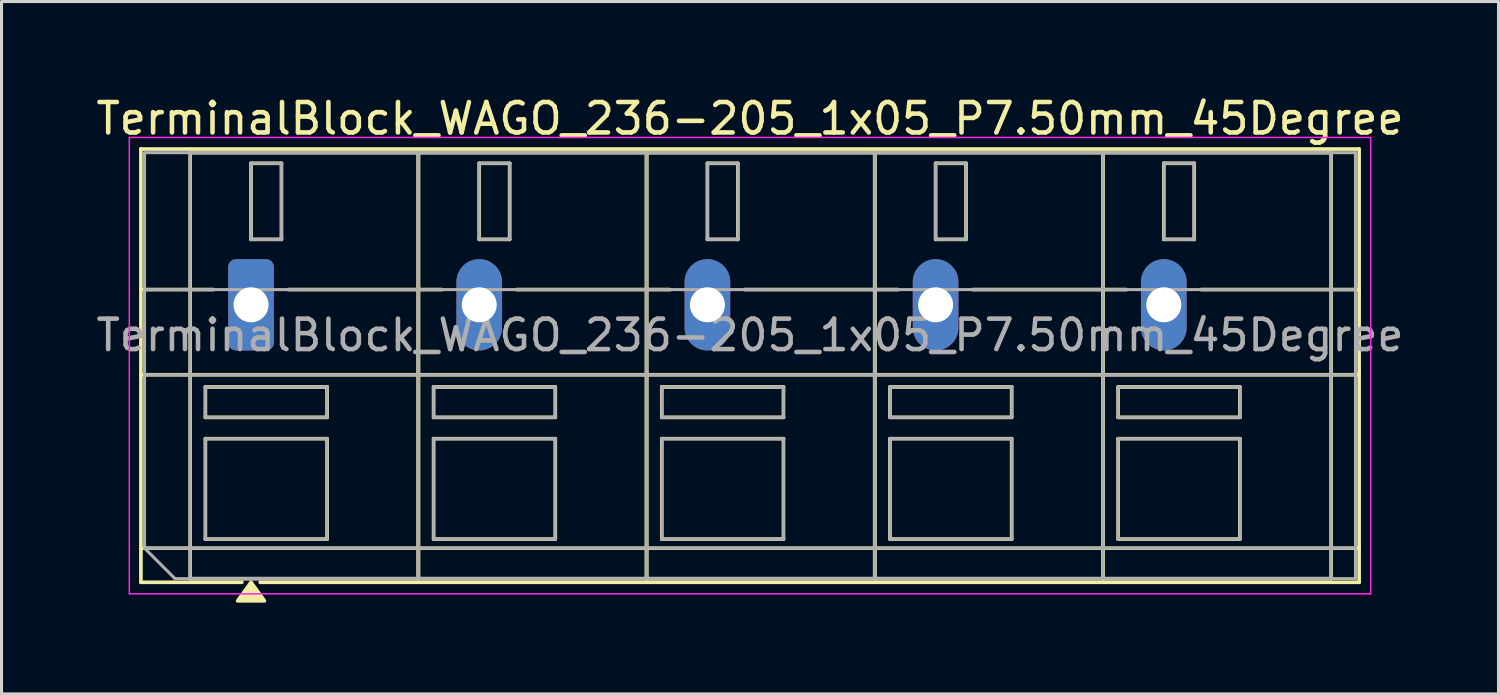
<source format=kicad_pcb>
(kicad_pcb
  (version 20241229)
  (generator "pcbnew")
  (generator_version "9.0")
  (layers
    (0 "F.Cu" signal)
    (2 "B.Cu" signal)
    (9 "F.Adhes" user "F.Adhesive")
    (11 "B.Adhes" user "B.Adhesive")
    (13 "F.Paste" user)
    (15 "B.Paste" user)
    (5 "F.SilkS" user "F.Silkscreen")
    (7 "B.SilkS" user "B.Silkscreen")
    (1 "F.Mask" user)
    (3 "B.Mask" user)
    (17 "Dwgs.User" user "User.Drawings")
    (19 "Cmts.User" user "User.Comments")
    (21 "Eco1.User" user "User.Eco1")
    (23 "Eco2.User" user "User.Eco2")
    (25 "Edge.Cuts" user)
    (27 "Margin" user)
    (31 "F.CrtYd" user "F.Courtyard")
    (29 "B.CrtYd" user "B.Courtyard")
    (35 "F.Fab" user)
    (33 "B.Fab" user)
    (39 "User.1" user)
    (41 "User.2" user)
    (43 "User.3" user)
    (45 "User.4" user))
  (footprint "TerminalBlock_WAGO_236-205_1x05_P7.50mm_45Degree"
    (layer "F.Cu")
    (at 5.201 6.968)
    (property "Reference" "TerminalBlock_WAGO_236-205_1x05_P7.50mm_45Degree" (at 16.4 -6.12 0) (layer "F.SilkS") (effects (font (size 1 1) (thickness 0.15))))
    (attr through_hole)
    (fp_line (start -3.62 -5.12) (end -3.62 9.12) (stroke (width 0.12) (type solid)) (layer "F.SilkS"))
    (fp_line (start -3.62 -5.12) (end 36.42 -5.12) (stroke (width 0.12) (type solid)) (layer "F.SilkS"))
    (fp_line (start -3.62 -0.5) (end -1.23 -0.5) (stroke (width 0.12) (type solid)) (layer "F.SilkS"))
    (fp_line (start -3.62 2.3) (end 36.42 2.3) (stroke (width 0.12) (type solid)) (layer "F.SilkS"))
    (fp_line (start -3.62 8) (end 36.42 8) (stroke (width 0.12) (type solid)) (layer "F.SilkS"))
    (fp_line (start -3.62 9.12) (end -0.3 9.12) (stroke (width 0.12) (type solid)) (layer "F.SilkS"))
    (fp_line (start -2 -5) (end -2 9) (stroke (width 0.12) (type solid)) (layer "F.SilkS"))
    (fp_line (start -2 -5) (end 5.5 -5) (stroke (width 0.12) (type solid)) (layer "F.SilkS"))
    (fp_line (start -2 9) (end 5.5 9) (stroke (width 0.12) (type solid)) (layer "F.SilkS"))
    (fp_line (start -1.5 2.7) (end -1.5 3.7) (stroke (width 0.12) (type solid)) (layer "F.SilkS"))
    (fp_line (start -1.5 2.7) (end 2.5 2.7) (stroke (width 0.12) (type solid)) (layer "F.SilkS"))
    (fp_line (start -1.5 3.7) (end 2.5 3.7) (stroke (width 0.12) (type solid)) (layer "F.SilkS"))
    (fp_line (start -1.5 4.4) (end -1.5 7.7) (stroke (width 0.12) (type solid)) (layer "F.SilkS"))
    (fp_line (start -1.5 4.4) (end 2.5 4.4) (stroke (width 0.12) (type solid)) (layer "F.SilkS"))
    (fp_line (start -1.5 7.7) (end 2.5 7.7) (stroke (width 0.12) (type solid)) (layer "F.SilkS"))
    (fp_line (start 0 -4.65) (end 0 -2.15) (stroke (width 0.12) (type solid)) (layer "F.SilkS"))
    (fp_line (start 0 -4.65) (end 1 -4.65) (stroke (width 0.12) (type solid)) (layer "F.SilkS"))
    (fp_line (start 0 -2.15) (end 1 -2.15) (stroke (width 0.12) (type solid)) (layer "F.SilkS"))
    (fp_line (start 0.3 9.12) (end 36.42 9.12) (stroke (width 0.12) (type solid)) (layer "F.SilkS"))
    (fp_line (start 1 -4.65) (end 1 -2.15) (stroke (width 0.12) (type solid)) (layer "F.SilkS"))
    (fp_line (start 1.23 -0.5) (end 6.27 -0.5) (stroke (width 0.12) (type solid)) (layer "F.SilkS"))
    (fp_line (start 2.5 2.7) (end 2.5 3.7) (stroke (width 0.12) (type solid)) (layer "F.SilkS"))
    (fp_line (start 2.5 4.4) (end 2.5 7.7) (stroke (width 0.12) (type solid)) (layer "F.SilkS"))
    (fp_line (start 5.5 -5) (end 5.5 9) (stroke (width 0.12) (type solid)) (layer "F.SilkS"))
    (fp_line (start 5.5 -5) (end 5.5 9) (stroke (width 0.12) (type solid)) (layer "F.SilkS"))
    (fp_line (start 5.5 -5) (end 13 -5) (stroke (width 0.12) (type solid)) (layer "F.SilkS"))
    (fp_line (start 5.5 9) (end 13 9) (stroke (width 0.12) (type solid)) (layer "F.SilkS"))
    (fp_line (start 6 2.7) (end 6 3.7) (stroke (width 0.12) (type solid)) (layer "F.SilkS"))
    (fp_line (start 6 2.7) (end 10 2.7) (stroke (width 0.12) (type solid)) (layer "F.SilkS"))
    (fp_line (start 6 3.7) (end 10 3.7) (stroke (width 0.12) (type solid)) (layer "F.SilkS"))
    (fp_line (start 6 4.4) (end 6 7.7) (stroke (width 0.12) (type solid)) (layer "F.SilkS"))
    (fp_line (start 6 4.4) (end 10 4.4) (stroke (width 0.12) (type solid)) (layer "F.SilkS"))
    (fp_line (start 6 7.7) (end 10 7.7) (stroke (width 0.12) (type solid)) (layer "F.SilkS"))
    (fp_line (start 7.5 -4.65) (end 7.5 -2.15) (stroke (width 0.12) (type solid)) (layer "F.SilkS"))
    (fp_line (start 7.5 -4.65) (end 8.5 -4.65) (stroke (width 0.12) (type solid)) (layer "F.SilkS"))
    (fp_line (start 7.5 -2.15) (end 8.5 -2.15) (stroke (width 0.12) (type solid)) (layer "F.SilkS"))
    (fp_line (start 8.5 -4.65) (end 8.5 -2.15) (stroke (width 0.12) (type solid)) (layer "F.SilkS"))
    (fp_line (start 8.73 -0.5) (end 13.77 -0.5) (stroke (width 0.12) (type solid)) (layer "F.SilkS"))
    (fp_line (start 10 2.7) (end 10 3.7) (stroke (width 0.12) (type solid)) (layer "F.SilkS"))
    (fp_line (start 10 4.4) (end 10 7.7) (stroke (width 0.12) (type solid)) (layer "F.SilkS"))
    (fp_line (start 13 -5) (end 13 9) (stroke (width 0.12) (type solid)) (layer "F.SilkS"))
    (fp_line (start 13 -5) (end 13 9) (stroke (width 0.12) (type solid)) (layer "F.SilkS"))
    (fp_line (start 13 -5) (end 20.5 -5) (stroke (width 0.12) (type solid)) (layer "F.SilkS"))
    (fp_line (start 13 9) (end 20.5 9) (stroke (width 0.12) (type solid)) (layer "F.SilkS"))
    (fp_line (start 13.5 2.7) (end 13.5 3.7) (stroke (width 0.12) (type solid)) (layer "F.SilkS"))
    (fp_line (start 13.5 2.7) (end 17.5 2.7) (stroke (width 0.12) (type solid)) (layer "F.SilkS"))
    (fp_line (start 13.5 3.7) (end 17.5 3.7) (stroke (width 0.12) (type solid)) (layer "F.SilkS"))
    (fp_line (start 13.5 4.4) (end 13.5 7.7) (stroke (width 0.12) (type solid)) (layer "F.SilkS"))
    (fp_line (start 13.5 4.4) (end 17.5 4.4) (stroke (width 0.12) (type solid)) (layer "F.SilkS"))
    (fp_line (start 13.5 7.7) (end 17.5 7.7) (stroke (width 0.12) (type solid)) (layer "F.SilkS"))
    (fp_line (start 15 -4.65) (end 15 -2.15) (stroke (width 0.12) (type solid)) (layer "F.SilkS"))
    (fp_line (start 15 -4.65) (end 16 -4.65) (stroke (width 0.12) (type solid)) (layer "F.SilkS"))
    (fp_line (start 15 -2.15) (end 16 -2.15) (stroke (width 0.12) (type solid)) (layer "F.SilkS"))
    (fp_line (start 16 -4.65) (end 16 -2.15) (stroke (width 0.12) (type solid)) (layer "F.SilkS"))
    (fp_line (start 16.23 -0.5) (end 21.27 -0.5) (stroke (width 0.12) (type solid)) (layer "F.SilkS"))
    (fp_line (start 17.5 2.7) (end 17.5 3.7) (stroke (width 0.12) (type solid)) (layer "F.SilkS"))
    (fp_line (start 17.5 4.4) (end 17.5 7.7) (stroke (width 0.12) (type solid)) (layer "F.SilkS"))
    (fp_line (start 20.5 -5) (end 20.5 9) (stroke (width 0.12) (type solid)) (layer "F.SilkS"))
    (fp_line (start 20.5 -5) (end 20.5 9) (stroke (width 0.12) (type solid)) (layer "F.SilkS"))
    (fp_line (start 20.5 -5) (end 28 -5) (stroke (width 0.12) (type solid)) (layer "F.SilkS"))
    (fp_line (start 20.5 9) (end 28 9) (stroke (width 0.12) (type solid)) (layer "F.SilkS"))
    (fp_line (start 21 2.7) (end 21 3.7) (stroke (width 0.12) (type solid)) (layer "F.SilkS"))
    (fp_line (start 21 2.7) (end 25 2.7) (stroke (width 0.12) (type solid)) (layer "F.SilkS"))
    (fp_line (start 21 3.7) (end 25 3.7) (stroke (width 0.12) (type solid)) (layer "F.SilkS"))
    (fp_line (start 21 4.4) (end 21 7.7) (stroke (width 0.12) (type solid)) (layer "F.SilkS"))
    (fp_line (start 21 4.4) (end 25 4.4) (stroke (width 0.12) (type solid)) (layer "F.SilkS"))
    (fp_line (start 21 7.7) (end 25 7.7) (stroke (width 0.12) (type solid)) (layer "F.SilkS"))
    (fp_line (start 22.5 -4.65) (end 22.5 -2.15) (stroke (width 0.12) (type solid)) (layer "F.SilkS"))
    (fp_line (start 22.5 -4.65) (end 23.5 -4.65) (stroke (width 0.12) (type solid)) (layer "F.SilkS"))
    (fp_line (start 22.5 -2.15) (end 23.5 -2.15) (stroke (width 0.12) (type solid)) (layer "F.SilkS"))
    (fp_line (start 23.5 -4.65) (end 23.5 -2.15) (stroke (width 0.12) (type solid)) (layer "F.SilkS"))
    (fp_line (start 23.73 -0.5) (end 28.77 -0.5) (stroke (width 0.12) (type solid)) (layer "F.SilkS"))
    (fp_line (start 25 2.7) (end 25 3.7) (stroke (width 0.12) (type solid)) (layer "F.SilkS"))
    (fp_line (start 25 4.4) (end 25 7.7) (stroke (width 0.12) (type solid)) (layer "F.SilkS"))
    (fp_line (start 28 -5) (end 28 9) (stroke (width 0.12) (type solid)) (layer "F.SilkS"))
    (fp_line (start 28 -5) (end 28 9) (stroke (width 0.12) (type solid)) (layer "F.SilkS"))
    (fp_line (start 28 -5) (end 35.5 -5) (stroke (width 0.12) (type solid)) (layer "F.SilkS"))
    (fp_line (start 28 9) (end 35.5 9) (stroke (width 0.12) (type solid)) (layer "F.SilkS"))
    (fp_line (start 28.5 2.7) (end 28.5 3.7) (stroke (width 0.12) (type solid)) (layer "F.SilkS"))
    (fp_line (start 28.5 2.7) (end 32.5 2.7) (stroke (width 0.12) (type solid)) (layer "F.SilkS"))
    (fp_line (start 28.5 3.7) (end 32.5 3.7) (stroke (width 0.12) (type solid)) (layer "F.SilkS"))
    (fp_line (start 28.5 4.4) (end 28.5 7.7) (stroke (width 0.12) (type solid)) (layer "F.SilkS"))
    (fp_line (start 28.5 4.4) (end 32.5 4.4) (stroke (width 0.12) (type solid)) (layer "F.SilkS"))
    (fp_line (start 28.5 7.7) (end 32.5 7.7) (stroke (width 0.12) (type solid)) (layer "F.SilkS"))
    (fp_line (start 30 -4.65) (end 30 -2.15) (stroke (width 0.12) (type solid)) (layer "F.SilkS"))
    (fp_line (start 30 -4.65) (end 31 -4.65) (stroke (width 0.12) (type solid)) (layer "F.SilkS"))
    (fp_line (start 30 -2.15) (end 31 -2.15) (stroke (width 0.12) (type solid)) (layer "F.SilkS"))
    (fp_line (start 31 -4.65) (end 31 -2.15) (stroke (width 0.12) (type solid)) (layer "F.SilkS"))
    (fp_line (start 31.23 -0.5) (end 36.42 -0.5) (stroke (width 0.12) (type solid)) (layer "F.SilkS"))
    (fp_line (start 32.5 2.7) (end 32.5 3.7) (stroke (width 0.12) (type solid)) (layer "F.SilkS"))
    (fp_line (start 32.5 4.4) (end 32.5 7.7) (stroke (width 0.12) (type solid)) (layer "F.SilkS"))
    (fp_line (start 35.5 -5) (end 35.5 9) (stroke (width 0.12) (type solid)) (layer "F.SilkS"))
    (fp_line (start 36.42 -5.12) (end 36.42 9.12) (stroke (width 0.12) (type solid)) (layer "F.SilkS"))
    (fp_poly (pts (xy 0 9.12) (xy 0.44 9.73) (xy -0.44 9.73)) (stroke (width 0.12) (type solid)) (fill yes) (layer "F.SilkS"))
    (fp_line (start -4 -5.5) (end -4 9.5) (stroke (width 0.05) (type solid)) (layer "F.CrtYd"))
    (fp_line (start -4 9.5) (end 36.8 9.5) (stroke (width 0.05) (type solid)) (layer "F.CrtYd"))
    (fp_line (start 36.8 -5.5) (end -4 -5.5) (stroke (width 0.05) (type solid)) (layer "F.CrtYd"))
    (fp_line (start 36.8 9.5) (end 36.8 -5.5) (stroke (width 0.05) (type solid)) (layer "F.CrtYd"))
    (fp_line (start -3.5 -5) (end 36.3 -5) (stroke (width 0.1) (type solid)) (layer "F.Fab"))
    (fp_line (start -3.5 -0.5) (end 36.3 -0.5) (stroke (width 0.1) (type solid)) (layer "F.Fab"))
    (fp_line (start -3.5 2.3) (end 36.3 2.3) (stroke (width 0.1) (type solid)) (layer "F.Fab"))
    (fp_line (start -3.5 8) (end -3.5 -5) (stroke (width 0.1) (type solid)) (layer "F.Fab"))
    (fp_line (start -3.5 8) (end 36.3 8) (stroke (width 0.1) (type solid)) (layer "F.Fab"))
    (fp_line (start -2.5 9) (end -3.5 8) (stroke (width 0.1) (type solid)) (layer "F.Fab"))
    (fp_line (start -2 -5) (end -2 9) (stroke (width 0.1) (type solid)) (layer "F.Fab"))
    (fp_line (start -2 9) (end 5.5 9) (stroke (width 0.1) (type solid)) (layer "F.Fab"))
    (fp_line (start -1.5 2.7) (end -1.5 3.7) (stroke (width 0.1) (type solid)) (layer "F.Fab"))
    (fp_line (start -1.5 3.7) (end 2.5 3.7) (stroke (width 0.1) (type solid)) (layer "F.Fab"))
    (fp_line (start -1.5 4.4) (end -1.5 7.7) (stroke (width 0.1) (type solid)) (layer "F.Fab"))
    (fp_line (start -1.5 7.7) (end 2.5 7.7) (stroke (width 0.1) (type solid)) (layer "F.Fab"))
    (fp_line (start 0 -4.65) (end 0 -2.15) (stroke (width 0.1) (type solid)) (layer "F.Fab"))
    (fp_line (start 0 -2.15) (end 1 -2.15) (stroke (width 0.1) (type solid)) (layer "F.Fab"))
    (fp_line (start 1 -4.65) (end 0 -4.65) (stroke (width 0.1) (type solid)) (layer "F.Fab"))
    (fp_line (start 1 -2.15) (end 1 -4.65) (stroke (width 0.1) (type solid)) (layer "F.Fab"))
    (fp_line (start 2.5 2.7) (end -1.5 2.7) (stroke (width 0.1) (type solid)) (layer "F.Fab"))
    (fp_line (start 2.5 3.7) (end 2.5 2.7) (stroke (width 0.1) (type solid)) (layer "F.Fab"))
    (fp_line (start 2.5 4.4) (end -1.5 4.4) (stroke (width 0.1) (type solid)) (layer "F.Fab"))
    (fp_line (start 2.5 7.7) (end 2.5 4.4) (stroke (width 0.1) (type solid)) (layer "F.Fab"))
    (fp_line (start 5.5 -5) (end -2 -5) (stroke (width 0.1) (type solid)) (layer "F.Fab"))
    (fp_line (start 5.5 -5) (end 5.5 9) (stroke (width 0.1) (type solid)) (layer "F.Fab"))
    (fp_line (start 5.5 9) (end 5.5 -5) (stroke (width 0.1) (type solid)) (layer "F.Fab"))
    (fp_line (start 5.5 9) (end 13 9) (stroke (width 0.1) (type solid)) (layer "F.Fab"))
    (fp_line (start 6 2.7) (end 6 3.7) (stroke (width 0.1) (type solid)) (layer "F.Fab"))
    (fp_line (start 6 3.7) (end 10 3.7) (stroke (width 0.1) (type solid)) (layer "F.Fab"))
    (fp_line (start 6 4.4) (end 6 7.7) (stroke (width 0.1) (type solid)) (layer "F.Fab"))
    (fp_line (start 6 7.7) (end 10 7.7) (stroke (width 0.1) (type solid)) (layer "F.Fab"))
    (fp_line (start 7.5 -4.65) (end 7.5 -2.15) (stroke (width 0.1) (type solid)) (layer "F.Fab"))
    (fp_line (start 7.5 -2.15) (end 8.5 -2.15) (stroke (width 0.1) (type solid)) (layer "F.Fab"))
    (fp_line (start 8.5 -4.65) (end 7.5 -4.65) (stroke (width 0.1) (type solid)) (layer "F.Fab"))
    (fp_line (start 8.5 -2.15) (end 8.5 -4.65) (stroke (width 0.1) (type solid)) (layer "F.Fab"))
    (fp_line (start 10 2.7) (end 6 2.7) (stroke (width 0.1) (type solid)) (layer "F.Fab"))
    (fp_line (start 10 3.7) (end 10 2.7) (stroke (width 0.1) (type solid)) (layer "F.Fab"))
    (fp_line (start 10 4.4) (end 6 4.4) (stroke (width 0.1) (type solid)) (layer "F.Fab"))
    (fp_line (start 10 7.7) (end 10 4.4) (stroke (width 0.1) (type solid)) (layer "F.Fab"))
    (fp_line (start 13 -5) (end 5.5 -5) (stroke (width 0.1) (type solid)) (layer "F.Fab"))
    (fp_line (start 13 -5) (end 13 9) (stroke (width 0.1) (type solid)) (layer "F.Fab"))
    (fp_line (start 13 9) (end 13 -5) (stroke (width 0.1) (type solid)) (layer "F.Fab"))
    (fp_line (start 13 9) (end 20.5 9) (stroke (width 0.1) (type solid)) (layer "F.Fab"))
    (fp_line (start 13.5 2.7) (end 13.5 3.7) (stroke (width 0.1) (type solid)) (layer "F.Fab"))
    (fp_line (start 13.5 3.7) (end 17.5 3.7) (stroke (width 0.1) (type solid)) (layer "F.Fab"))
    (fp_line (start 13.5 4.4) (end 13.5 7.7) (stroke (width 0.1) (type solid)) (layer "F.Fab"))
    (fp_line (start 13.5 7.7) (end 17.5 7.7) (stroke (width 0.1) (type solid)) (layer "F.Fab"))
    (fp_line (start 15 -4.65) (end 15 -2.15) (stroke (width 0.1) (type solid)) (layer "F.Fab"))
    (fp_line (start 15 -2.15) (end 16 -2.15) (stroke (width 0.1) (type solid)) (layer "F.Fab"))
    (fp_line (start 16 -4.65) (end 15 -4.65) (stroke (width 0.1) (type solid)) (layer "F.Fab"))
    (fp_line (start 16 -2.15) (end 16 -4.65) (stroke (width 0.1) (type solid)) (layer "F.Fab"))
    (fp_line (start 17.5 2.7) (end 13.5 2.7) (stroke (width 0.1) (type solid)) (layer "F.Fab"))
    (fp_line (start 17.5 3.7) (end 17.5 2.7) (stroke (width 0.1) (type solid)) (layer "F.Fab"))
    (fp_line (start 17.5 4.4) (end 13.5 4.4) (stroke (width 0.1) (type solid)) (layer "F.Fab"))
    (fp_line (start 17.5 7.7) (end 17.5 4.4) (stroke (width 0.1) (type solid)) (layer "F.Fab"))
    (fp_line (start 20.5 -5) (end 13 -5) (stroke (width 0.1) (type solid)) (layer "F.Fab"))
    (fp_line (start 20.5 -5) (end 20.5 9) (stroke (width 0.1) (type solid)) (layer "F.Fab"))
    (fp_line (start 20.5 9) (end 20.5 -5) (stroke (width 0.1) (type solid)) (layer "F.Fab"))
    (fp_line (start 20.5 9) (end 28 9) (stroke (width 0.1) (type solid)) (layer "F.Fab"))
    (fp_line (start 21 2.7) (end 21 3.7) (stroke (width 0.1) (type solid)) (layer "F.Fab"))
    (fp_line (start 21 3.7) (end 25 3.7) (stroke (width 0.1) (type solid)) (layer "F.Fab"))
    (fp_line (start 21 4.4) (end 21 7.7) (stroke (width 0.1) (type solid)) (layer "F.Fab"))
    (fp_line (start 21 7.7) (end 25 7.7) (stroke (width 0.1) (type solid)) (layer "F.Fab"))
    (fp_line (start 22.5 -4.65) (end 22.5 -2.15) (stroke (width 0.1) (type solid)) (layer "F.Fab"))
    (fp_line (start 22.5 -2.15) (end 23.5 -2.15) (stroke (width 0.1) (type solid)) (layer "F.Fab"))
    (fp_line (start 23.5 -4.65) (end 22.5 -4.65) (stroke (width 0.1) (type solid)) (layer "F.Fab"))
    (fp_line (start 23.5 -2.15) (end 23.5 -4.65) (stroke (width 0.1) (type solid)) (layer "F.Fab"))
    (fp_line (start 25 2.7) (end 21 2.7) (stroke (width 0.1) (type solid)) (layer "F.Fab"))
    (fp_line (start 25 3.7) (end 25 2.7) (stroke (width 0.1) (type solid)) (layer "F.Fab"))
    (fp_line (start 25 4.4) (end 21 4.4) (stroke (width 0.1) (type solid)) (layer "F.Fab"))
    (fp_line (start 25 7.7) (end 25 4.4) (stroke (width 0.1) (type solid)) (layer "F.Fab"))
    (fp_line (start 28 -5) (end 20.5 -5) (stroke (width 0.1) (type solid)) (layer "F.Fab"))
    (fp_line (start 28 -5) (end 28 9) (stroke (width 0.1) (type solid)) (layer "F.Fab"))
    (fp_line (start 28 9) (end 28 -5) (stroke (width 0.1) (type solid)) (layer "F.Fab"))
    (fp_line (start 28 9) (end 35.5 9) (stroke (width 0.1) (type solid)) (layer "F.Fab"))
    (fp_line (start 28.5 2.7) (end 28.5 3.7) (stroke (width 0.1) (type solid)) (layer "F.Fab"))
    (fp_line (start 28.5 3.7) (end 32.5 3.7) (stroke (width 0.1) (type solid)) (layer "F.Fab"))
    (fp_line (start 28.5 4.4) (end 28.5 7.7) (stroke (width 0.1) (type solid)) (layer "F.Fab"))
    (fp_line (start 28.5 7.7) (end 32.5 7.7) (stroke (width 0.1) (type solid)) (layer "F.Fab"))
    (fp_line (start 30 -4.65) (end 30 -2.15) (stroke (width 0.1) (type solid)) (layer "F.Fab"))
    (fp_line (start 30 -2.15) (end 31 -2.15) (stroke (width 0.1) (type solid)) (layer "F.Fab"))
    (fp_line (start 31 -4.65) (end 30 -4.65) (stroke (width 0.1) (type solid)) (layer "F.Fab"))
    (fp_line (start 31 -2.15) (end 31 -4.65) (stroke (width 0.1) (type solid)) (layer "F.Fab"))
    (fp_line (start 32.5 2.7) (end 28.5 2.7) (stroke (width 0.1) (type solid)) (layer "F.Fab"))
    (fp_line (start 32.5 3.7) (end 32.5 2.7) (stroke (width 0.1) (type solid)) (layer "F.Fab"))
    (fp_line (start 32.5 4.4) (end 28.5 4.4) (stroke (width 0.1) (type solid)) (layer "F.Fab"))
    (fp_line (start 32.5 7.7) (end 32.5 4.4) (stroke (width 0.1) (type solid)) (layer "F.Fab"))
    (fp_line (start 35.5 -5) (end 28 -5) (stroke (width 0.1) (type solid)) (layer "F.Fab"))
    (fp_line (start 35.5 9) (end 35.5 -5) (stroke (width 0.1) (type solid)) (layer "F.Fab"))
    (fp_line (start 36.3 -5) (end 36.3 9) (stroke (width 0.1) (type solid)) (layer "F.Fab"))
    (fp_line (start 36.3 9) (end -2.5 9) (stroke (width 0.1) (type solid)) (layer "F.Fab"))
    (fp_text user "${REFERENCE}" (at 16.4 1 0) (layer "F.Fab") (effects (font (size 1 1) (thickness 0.15))))
    (pad "1" thru_hole roundrect (at 0 0) (size 1.5 3) (drill 1.15) (layers "*.Cu" "*.Mask") (roundrect_rratio 0.167))
    (pad "2" thru_hole oval (at 7.5 0) (size 1.5 3) (drill 1.15) (layers "*.Cu" "*.Mask"))
    (pad "3" thru_hole oval (at 15 0) (size 1.5 3) (drill 1.15) (layers "*.Cu" "*.Mask"))
    (pad "4" thru_hole oval (at 22.5 0) (size 1.5 3) (drill 1.15) (layers "*.Cu" "*.Mask"))
    (pad "5" thru_hole oval (at 30 0) (size 1.5 3) (drill 1.15) (layers "*.Cu" "*.Mask")))
  (gr_rect
    (start -3 -3)
    (end 46.202 19.758)
    (stroke (width 0.1) (type default))
    (fill no)
    (layer "Edge.Cuts")))
</source>
